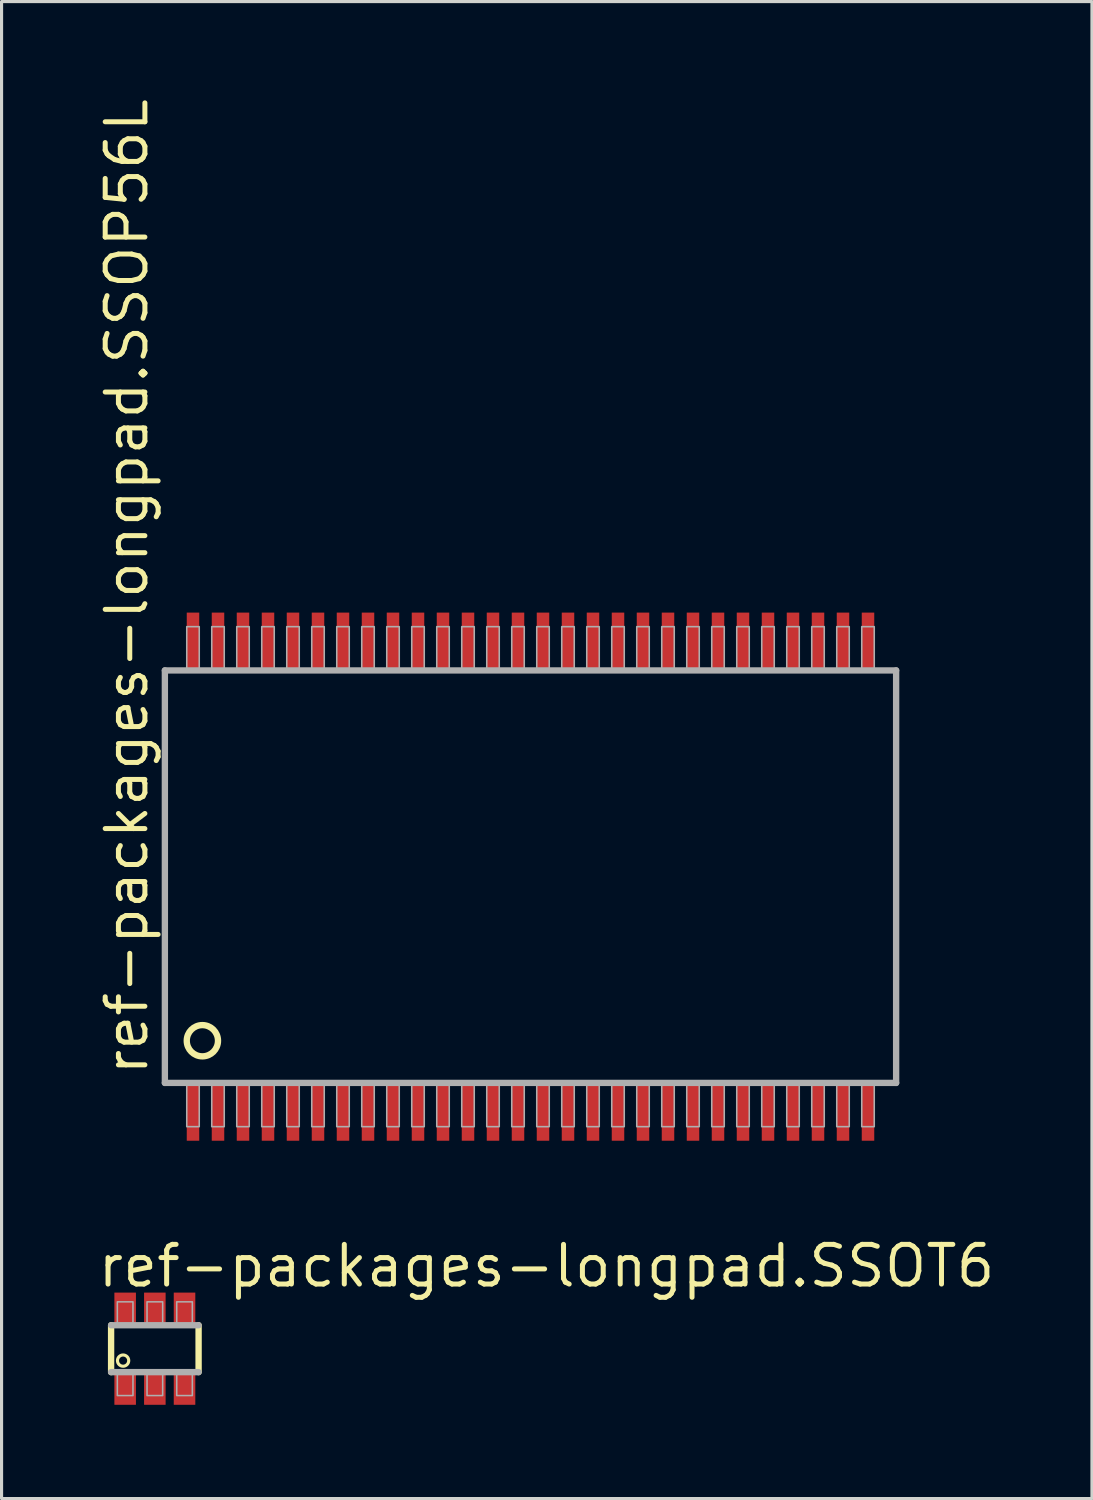
<source format=kicad_pcb>
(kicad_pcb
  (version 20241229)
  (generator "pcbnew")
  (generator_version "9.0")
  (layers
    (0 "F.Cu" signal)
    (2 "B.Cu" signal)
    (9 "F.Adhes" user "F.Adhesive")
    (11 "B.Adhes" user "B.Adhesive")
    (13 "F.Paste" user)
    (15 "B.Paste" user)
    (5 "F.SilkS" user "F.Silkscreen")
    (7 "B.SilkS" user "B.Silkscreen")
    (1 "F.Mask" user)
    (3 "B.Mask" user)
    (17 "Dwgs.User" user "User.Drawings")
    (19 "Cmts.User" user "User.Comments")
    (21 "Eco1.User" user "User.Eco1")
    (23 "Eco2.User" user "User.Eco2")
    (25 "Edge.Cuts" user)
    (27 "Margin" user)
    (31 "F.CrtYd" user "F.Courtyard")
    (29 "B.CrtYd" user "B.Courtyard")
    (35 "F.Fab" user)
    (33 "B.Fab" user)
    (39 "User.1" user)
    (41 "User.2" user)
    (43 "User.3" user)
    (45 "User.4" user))
  (footprint "ref-packages-longpad.SSOP56L"
    (layer "F.Cu")
    (at 13.926 25.003)
    (property "Reference" "ref-packages-longpad.SSOP56L" (at -12.176 6.429 90) (layer "F.SilkS") (effects (font (size 1.27 1.27) (thickness 0.16)) (justify left bottom)))
    (attr smd)
    (fp_circle (center -10.5 5.25) (end -10 5.25) (stroke (width 0.203) (type default)) (fill no) (layer "F.SilkS"))
    (fp_line (start -11.7 -6.6) (end -11.7 6.6) (stroke (width 0.203) (type default)) (layer "F.Fab"))
    (fp_line (start -11.7 6.6) (end 11.7 6.6) (stroke (width 0.203) (type default)) (layer "F.Fab"))
    (fp_line (start 11.7 -6.6) (end -11.7 -6.6) (stroke (width 0.203) (type default)) (layer "F.Fab"))
    (fp_line (start 11.7 6.6) (end 11.7 -6.6) (stroke (width 0.203) (type default)) (layer "F.Fab"))
    (fp_rect (start -11 -6.6) (end -10.6 -8) (stroke (width 0.05) (type default)) (fill no) (layer "F.Fab"))
    (fp_rect (start -11 8) (end -10.6 6.6) (stroke (width 0.05) (type default)) (fill no) (layer "F.Fab"))
    (fp_rect (start -10.2 -6.6) (end -9.8 -8) (stroke (width 0.05) (type default)) (fill no) (layer "F.Fab"))
    (fp_rect (start -10.2 8) (end -9.8 6.6) (stroke (width 0.05) (type default)) (fill no) (layer "F.Fab"))
    (fp_rect (start -9.4 -6.6) (end -9 -8) (stroke (width 0.05) (type default)) (fill no) (layer "F.Fab"))
    (fp_rect (start -9.4 8) (end -9 6.6) (stroke (width 0.05) (type default)) (fill no) (layer "F.Fab"))
    (fp_rect (start -8.6 -6.6) (end -8.2 -8) (stroke (width 0.05) (type default)) (fill no) (layer "F.Fab"))
    (fp_rect (start -8.6 8) (end -8.2 6.6) (stroke (width 0.05) (type default)) (fill no) (layer "F.Fab"))
    (fp_rect (start -7.8 -6.6) (end -7.4 -8) (stroke (width 0.05) (type default)) (fill no) (layer "F.Fab"))
    (fp_rect (start -7.8 8) (end -7.4 6.6) (stroke (width 0.05) (type default)) (fill no) (layer "F.Fab"))
    (fp_rect (start -7 -6.6) (end -6.6 -8) (stroke (width 0.05) (type default)) (fill no) (layer "F.Fab"))
    (fp_rect (start -7 8) (end -6.6 6.6) (stroke (width 0.05) (type default)) (fill no) (layer "F.Fab"))
    (fp_rect (start -6.2 -6.6) (end -5.8 -8) (stroke (width 0.05) (type default)) (fill no) (layer "F.Fab"))
    (fp_rect (start -6.2 8) (end -5.8 6.6) (stroke (width 0.05) (type default)) (fill no) (layer "F.Fab"))
    (fp_rect (start -5.4 -6.6) (end -5 -8) (stroke (width 0.05) (type default)) (fill no) (layer "F.Fab"))
    (fp_rect (start -5.4 8) (end -5 6.6) (stroke (width 0.05) (type default)) (fill no) (layer "F.Fab"))
    (fp_rect (start -4.6 -6.6) (end -4.2 -8) (stroke (width 0.05) (type default)) (fill no) (layer "F.Fab"))
    (fp_rect (start -4.6 8) (end -4.2 6.6) (stroke (width 0.05) (type default)) (fill no) (layer "F.Fab"))
    (fp_rect (start -3.8 -6.6) (end -3.4 -8) (stroke (width 0.05) (type default)) (fill no) (layer "F.Fab"))
    (fp_rect (start -3.8 8) (end -3.4 6.6) (stroke (width 0.05) (type default)) (fill no) (layer "F.Fab"))
    (fp_rect (start -3 -6.6) (end -2.6 -8) (stroke (width 0.05) (type default)) (fill no) (layer "F.Fab"))
    (fp_rect (start -3 8) (end -2.6 6.6) (stroke (width 0.05) (type default)) (fill no) (layer "F.Fab"))
    (fp_rect (start -2.2 -6.6) (end -1.8 -8) (stroke (width 0.05) (type default)) (fill no) (layer "F.Fab"))
    (fp_rect (start -2.2 8) (end -1.8 6.6) (stroke (width 0.05) (type default)) (fill no) (layer "F.Fab"))
    (fp_rect (start -1.4 -6.6) (end -1 -8) (stroke (width 0.05) (type default)) (fill no) (layer "F.Fab"))
    (fp_rect (start -1.4 8) (end -1 6.6) (stroke (width 0.05) (type default)) (fill no) (layer "F.Fab"))
    (fp_rect (start -0.6 -6.6) (end -0.2 -8) (stroke (width 0.05) (type default)) (fill no) (layer "F.Fab"))
    (fp_rect (start -0.6 8) (end -0.2 6.6) (stroke (width 0.05) (type default)) (fill no) (layer "F.Fab"))
    (fp_rect (start 0.2 -6.6) (end 0.6 -8) (stroke (width 0.05) (type default)) (fill no) (layer "F.Fab"))
    (fp_rect (start 0.2 8) (end 0.6 6.6) (stroke (width 0.05) (type default)) (fill no) (layer "F.Fab"))
    (fp_rect (start 1 -6.6) (end 1.4 -8) (stroke (width 0.05) (type default)) (fill no) (layer "F.Fab"))
    (fp_rect (start 1 8) (end 1.4 6.6) (stroke (width 0.05) (type default)) (fill no) (layer "F.Fab"))
    (fp_rect (start 1.8 -6.6) (end 2.2 -8) (stroke (width 0.05) (type default)) (fill no) (layer "F.Fab"))
    (fp_rect (start 1.8 8) (end 2.2 6.6) (stroke (width 0.05) (type default)) (fill no) (layer "F.Fab"))
    (fp_rect (start 2.6 -6.6) (end 3 -8) (stroke (width 0.05) (type default)) (fill no) (layer "F.Fab"))
    (fp_rect (start 2.6 8) (end 3 6.6) (stroke (width 0.05) (type default)) (fill no) (layer "F.Fab"))
    (fp_rect (start 3.4 -6.6) (end 3.8 -8) (stroke (width 0.05) (type default)) (fill no) (layer "F.Fab"))
    (fp_rect (start 3.4 8) (end 3.8 6.6) (stroke (width 0.05) (type default)) (fill no) (layer "F.Fab"))
    (fp_rect (start 4.2 -6.6) (end 4.6 -8) (stroke (width 0.05) (type default)) (fill no) (layer "F.Fab"))
    (fp_rect (start 4.2 8) (end 4.6 6.6) (stroke (width 0.05) (type default)) (fill no) (layer "F.Fab"))
    (fp_rect (start 5 -6.6) (end 5.4 -8) (stroke (width 0.05) (type default)) (fill no) (layer "F.Fab"))
    (fp_rect (start 5 8) (end 5.4 6.6) (stroke (width 0.05) (type default)) (fill no) (layer "F.Fab"))
    (fp_rect (start 5.8 -6.6) (end 6.2 -8) (stroke (width 0.05) (type default)) (fill no) (layer "F.Fab"))
    (fp_rect (start 5.8 8) (end 6.2 6.6) (stroke (width 0.05) (type default)) (fill no) (layer "F.Fab"))
    (fp_rect (start 6.6 -6.6) (end 7 -8) (stroke (width 0.05) (type default)) (fill no) (layer "F.Fab"))
    (fp_rect (start 6.6 8) (end 7 6.6) (stroke (width 0.05) (type default)) (fill no) (layer "F.Fab"))
    (fp_rect (start 7.4 -6.6) (end 7.8 -8) (stroke (width 0.05) (type default)) (fill no) (layer "F.Fab"))
    (fp_rect (start 7.4 8) (end 7.8 6.6) (stroke (width 0.05) (type default)) (fill no) (layer "F.Fab"))
    (fp_rect (start 8.2 -6.6) (end 8.6 -8) (stroke (width 0.05) (type default)) (fill no) (layer "F.Fab"))
    (fp_rect (start 8.2 8) (end 8.6 6.6) (stroke (width 0.05) (type default)) (fill no) (layer "F.Fab"))
    (fp_rect (start 9 -6.6) (end 9.4 -8) (stroke (width 0.05) (type default)) (fill no) (layer "F.Fab"))
    (fp_rect (start 9 8) (end 9.4 6.6) (stroke (width 0.05) (type default)) (fill no) (layer "F.Fab"))
    (fp_rect (start 9.8 -6.6) (end 10.2 -8) (stroke (width 0.05) (type default)) (fill no) (layer "F.Fab"))
    (fp_rect (start 9.8 8) (end 10.2 6.6) (stroke (width 0.05) (type default)) (fill no) (layer "F.Fab"))
    (fp_rect (start 10.6 -6.6) (end 11 -8) (stroke (width 0.05) (type default)) (fill no) (layer "F.Fab"))
    (fp_rect (start 10.6 8) (end 11 6.6) (stroke (width 0.05) (type default)) (fill no) (layer "F.Fab"))
    (pad "1" smd roundrect (at -10.8 7.5) (size 0.4 1.9) (layers "F.Cu" "F.Mask" "F.Paste") (roundrect_rratio 0.01))
    (pad "2" smd roundrect (at -10 7.5) (size 0.4 1.9) (layers "F.Cu" "F.Mask" "F.Paste") (roundrect_rratio 0.01))
    (pad "3" smd roundrect (at -9.2 7.5) (size 0.4 1.9) (layers "F.Cu" "F.Mask" "F.Paste") (roundrect_rratio 0.01))
    (pad "4" smd roundrect (at -8.4 7.5) (size 0.4 1.9) (layers "F.Cu" "F.Mask" "F.Paste") (roundrect_rratio 0.01))
    (pad "5" smd roundrect (at -7.6 7.5) (size 0.4 1.9) (layers "F.Cu" "F.Mask" "F.Paste") (roundrect_rratio 0.01))
    (pad "6" smd roundrect (at -6.8 7.5) (size 0.4 1.9) (layers "F.Cu" "F.Mask" "F.Paste") (roundrect_rratio 0.01))
    (pad "7" smd roundrect (at -6 7.5) (size 0.4 1.9) (layers "F.Cu" "F.Mask" "F.Paste") (roundrect_rratio 0.01))
    (pad "8" smd roundrect (at -5.2 7.5) (size 0.4 1.9) (layers "F.Cu" "F.Mask" "F.Paste") (roundrect_rratio 0.01))
    (pad "9" smd roundrect (at -4.4 7.5) (size 0.4 1.9) (layers "F.Cu" "F.Mask" "F.Paste") (roundrect_rratio 0.01))
    (pad "10" smd roundrect (at -3.6 7.5) (size 0.4 1.9) (layers "F.Cu" "F.Mask" "F.Paste") (roundrect_rratio 0.01))
    (pad "11" smd roundrect (at -2.8 7.5) (size 0.4 1.9) (layers "F.Cu" "F.Mask" "F.Paste") (roundrect_rratio 0.01))
    (pad "12" smd roundrect (at -2 7.5) (size 0.4 1.9) (layers "F.Cu" "F.Mask" "F.Paste") (roundrect_rratio 0.01))
    (pad "13" smd roundrect (at -1.2 7.5) (size 0.4 1.9) (layers "F.Cu" "F.Mask" "F.Paste") (roundrect_rratio 0.01))
    (pad "14" smd roundrect (at -0.4 7.5) (size 0.4 1.9) (layers "F.Cu" "F.Mask" "F.Paste") (roundrect_rratio 0.01))
    (pad "15" smd roundrect (at 0.4 7.5) (size 0.4 1.9) (layers "F.Cu" "F.Mask" "F.Paste") (roundrect_rratio 0.01))
    (pad "16" smd roundrect (at 1.2 7.5) (size 0.4 1.9) (layers "F.Cu" "F.Mask" "F.Paste") (roundrect_rratio 0.01))
    (pad "17" smd roundrect (at 2 7.5) (size 0.4 1.9) (layers "F.Cu" "F.Mask" "F.Paste") (roundrect_rratio 0.01))
    (pad "18" smd roundrect (at 2.8 7.5) (size 0.4 1.9) (layers "F.Cu" "F.Mask" "F.Paste") (roundrect_rratio 0.01))
    (pad "19" smd roundrect (at 3.6 7.5) (size 0.4 1.9) (layers "F.Cu" "F.Mask" "F.Paste") (roundrect_rratio 0.01))
    (pad "20" smd roundrect (at 4.4 7.5) (size 0.4 1.9) (layers "F.Cu" "F.Mask" "F.Paste") (roundrect_rratio 0.01))
    (pad "21" smd roundrect (at 5.2 7.5) (size 0.4 1.9) (layers "F.Cu" "F.Mask" "F.Paste") (roundrect_rratio 0.01))
    (pad "22" smd roundrect (at 6 7.5) (size 0.4 1.9) (layers "F.Cu" "F.Mask" "F.Paste") (roundrect_rratio 0.01))
    (pad "23" smd roundrect (at 6.8 7.5) (size 0.4 1.9) (layers "F.Cu" "F.Mask" "F.Paste") (roundrect_rratio 0.01))
    (pad "24" smd roundrect (at 7.6 7.5) (size 0.4 1.9) (layers "F.Cu" "F.Mask" "F.Paste") (roundrect_rratio 0.01))
    (pad "25" smd roundrect (at 8.4 7.5) (size 0.4 1.9) (layers "F.Cu" "F.Mask" "F.Paste") (roundrect_rratio 0.01))
    (pad "26" smd roundrect (at 9.2 7.5) (size 0.4 1.9) (layers "F.Cu" "F.Mask" "F.Paste") (roundrect_rratio 0.01))
    (pad "27" smd roundrect (at 10 7.5) (size 0.4 1.9) (layers "F.Cu" "F.Mask" "F.Paste") (roundrect_rratio 0.01))
    (pad "28" smd roundrect (at 10.8 7.5) (size 0.4 1.9) (layers "F.Cu" "F.Mask" "F.Paste") (roundrect_rratio 0.01))
    (pad "29" smd roundrect (at 10.8 -7.5) (size 0.4 1.9) (layers "F.Cu" "F.Mask" "F.Paste") (roundrect_rratio 0.01))
    (pad "30" smd roundrect (at 10 -7.5) (size 0.4 1.9) (layers "F.Cu" "F.Mask" "F.Paste") (roundrect_rratio 0.01))
    (pad "31" smd roundrect (at 9.2 -7.5) (size 0.4 1.9) (layers "F.Cu" "F.Mask" "F.Paste") (roundrect_rratio 0.01))
    (pad "32" smd roundrect (at 8.4 -7.5) (size 0.4 1.9) (layers "F.Cu" "F.Mask" "F.Paste") (roundrect_rratio 0.01))
    (pad "33" smd roundrect (at 7.6 -7.5) (size 0.4 1.9) (layers "F.Cu" "F.Mask" "F.Paste") (roundrect_rratio 0.01))
    (pad "34" smd roundrect (at 6.8 -7.5) (size 0.4 1.9) (layers "F.Cu" "F.Mask" "F.Paste") (roundrect_rratio 0.01))
    (pad "35" smd roundrect (at 6 -7.5) (size 0.4 1.9) (layers "F.Cu" "F.Mask" "F.Paste") (roundrect_rratio 0.01))
    (pad "36" smd roundrect (at 5.2 -7.5) (size 0.4 1.9) (layers "F.Cu" "F.Mask" "F.Paste") (roundrect_rratio 0.01))
    (pad "37" smd roundrect (at 4.4 -7.5) (size 0.4 1.9) (layers "F.Cu" "F.Mask" "F.Paste") (roundrect_rratio 0.01))
    (pad "38" smd roundrect (at 3.6 -7.5) (size 0.4 1.9) (layers "F.Cu" "F.Mask" "F.Paste") (roundrect_rratio 0.01))
    (pad "39" smd roundrect (at 2.8 -7.5) (size 0.4 1.9) (layers "F.Cu" "F.Mask" "F.Paste") (roundrect_rratio 0.01))
    (pad "40" smd roundrect (at 2 -7.5) (size 0.4 1.9) (layers "F.Cu" "F.Mask" "F.Paste") (roundrect_rratio 0.01))
    (pad "41" smd roundrect (at 1.2 -7.5) (size 0.4 1.9) (layers "F.Cu" "F.Mask" "F.Paste") (roundrect_rratio 0.01))
    (pad "42" smd roundrect (at 0.4 -7.5) (size 0.4 1.9) (layers "F.Cu" "F.Mask" "F.Paste") (roundrect_rratio 0.01))
    (pad "43" smd roundrect (at -0.4 -7.5) (size 0.4 1.9) (layers "F.Cu" "F.Mask" "F.Paste") (roundrect_rratio 0.01))
    (pad "44" smd roundrect (at -1.2 -7.5) (size 0.4 1.9) (layers "F.Cu" "F.Mask" "F.Paste") (roundrect_rratio 0.01))
    (pad "45" smd roundrect (at -2 -7.5) (size 0.4 1.9) (layers "F.Cu" "F.Mask" "F.Paste") (roundrect_rratio 0.01))
    (pad "46" smd roundrect (at -2.8 -7.5) (size 0.4 1.9) (layers "F.Cu" "F.Mask" "F.Paste") (roundrect_rratio 0.01))
    (pad "47" smd roundrect (at -3.6 -7.5) (size 0.4 1.9) (layers "F.Cu" "F.Mask" "F.Paste") (roundrect_rratio 0.01))
    (pad "48" smd roundrect (at -4.4 -7.5) (size 0.4 1.9) (layers "F.Cu" "F.Mask" "F.Paste") (roundrect_rratio 0.01))
    (pad "49" smd roundrect (at -5.2 -7.5) (size 0.4 1.9) (layers "F.Cu" "F.Mask" "F.Paste") (roundrect_rratio 0.01))
    (pad "50" smd roundrect (at -6 -7.5) (size 0.4 1.9) (layers "F.Cu" "F.Mask" "F.Paste") (roundrect_rratio 0.01))
    (pad "51" smd roundrect (at -6.8 -7.5) (size 0.4 1.9) (layers "F.Cu" "F.Mask" "F.Paste") (roundrect_rratio 0.01))
    (pad "52" smd roundrect (at -7.6 -7.5) (size 0.4 1.9) (layers "F.Cu" "F.Mask" "F.Paste") (roundrect_rratio 0.01))
    (pad "53" smd roundrect (at -8.4 -7.5) (size 0.4 1.9) (layers "F.Cu" "F.Mask" "F.Paste") (roundrect_rratio 0.01))
    (pad "54" smd roundrect (at -9.2 -7.5) (size 0.4 1.9) (layers "F.Cu" "F.Mask" "F.Paste") (roundrect_rratio 0.01))
    (pad "55" smd roundrect (at -10 -7.5) (size 0.4 1.9) (layers "F.Cu" "F.Mask" "F.Paste") (roundrect_rratio 0.01))
    (pad "56" smd roundrect (at -10.8 -7.5) (size 0.4 1.9) (layers "F.Cu" "F.Mask" "F.Paste") (roundrect_rratio 0.01)))
  (footprint "ref-packages-longpad.SSOT6"
    (layer "F.Cu")
    (at 1.905 40.108)
    (property "Reference" "ref-packages-longpad.SSOT6" (at -1.905 -1.905 0) (layer "F.SilkS") (effects (font (size 1.27 1.27) (thickness 0.16)) (justify left bottom)))
    (attr smd)
    (fp_line (start -1.4 0.75) (end -1.4 -0.75) (stroke (width 0.203) (type default)) (layer "F.SilkS"))
    (fp_line (start 1.4 -0.75) (end 1.4 0.75) (stroke (width 0.203) (type default)) (layer "F.SilkS"))
    (fp_circle (center -1.016 0.381) (end -0.836 0.381) (stroke (width 0.1) (type default)) (fill no) (layer "F.SilkS"))
    (fp_line (start -1.4 -0.75) (end 1.4 -0.75) (stroke (width 0.203) (type default)) (layer "F.Fab"))
    (fp_line (start 1.4 0.75) (end -1.4 0.75) (stroke (width 0.203) (type default)) (layer "F.Fab"))
    (fp_rect (start -1.2 -0.8) (end -0.7 -1.5) (stroke (width 0.05) (type default)) (fill no) (layer "F.Fab"))
    (fp_rect (start -1.2 1.5) (end -0.7 0.8) (stroke (width 0.05) (type default)) (fill no) (layer "F.Fab"))
    (fp_rect (start -0.25 -0.8) (end 0.25 -1.5) (stroke (width 0.05) (type default)) (fill no) (layer "F.Fab"))
    (fp_rect (start -0.25 1.5) (end 0.25 0.8) (stroke (width 0.05) (type default)) (fill no) (layer "F.Fab"))
    (fp_rect (start 0.7 -0.8) (end 1.2 -1.5) (stroke (width 0.05) (type default)) (fill no) (layer "F.Fab"))
    (fp_rect (start 0.7 1.5) (end 1.2 0.8) (stroke (width 0.05) (type default)) (fill no) (layer "F.Fab"))
    (pad "1" smd roundrect (at -0.95 1.3) (size 0.69 0.99) (layers "F.Cu" "F.Mask" "F.Paste") (roundrect_rratio 0.01))
    (pad "2" smd roundrect (at 0 1.3) (size 0.69 0.99) (layers "F.Cu" "F.Mask" "F.Paste") (roundrect_rratio 0.01))
    (pad "3" smd roundrect (at 0.95 1.3) (size 0.69 0.99) (layers "F.Cu" "F.Mask" "F.Paste") (roundrect_rratio 0.01))
    (pad "4" smd roundrect (at 0.95 -1.3 180) (size 0.69 0.99) (layers "F.Cu" "F.Mask" "F.Paste") (roundrect_rratio 0.01))
    (pad "5" smd roundrect (at 0 -1.3 180) (size 0.69 0.99) (layers "F.Cu" "F.Mask" "F.Paste") (roundrect_rratio 0.01))
    (pad "6" smd roundrect (at -0.95 -1.3 180) (size 0.69 0.99) (layers "F.Cu" "F.Mask" "F.Paste") (roundrect_rratio 0.01)))
  (gr_rect
    (start -3 -3)
    (end 31.892 44.903)
    (stroke (width 0.1) (type default))
    (fill no)
    (layer "Edge.Cuts")))
</source>
